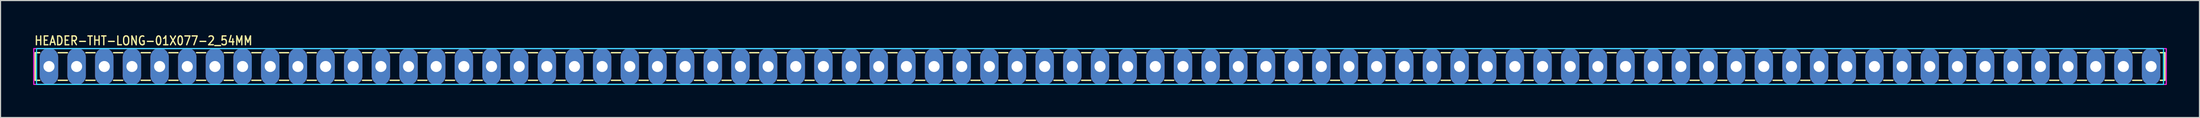
<source format=kicad_pcb>
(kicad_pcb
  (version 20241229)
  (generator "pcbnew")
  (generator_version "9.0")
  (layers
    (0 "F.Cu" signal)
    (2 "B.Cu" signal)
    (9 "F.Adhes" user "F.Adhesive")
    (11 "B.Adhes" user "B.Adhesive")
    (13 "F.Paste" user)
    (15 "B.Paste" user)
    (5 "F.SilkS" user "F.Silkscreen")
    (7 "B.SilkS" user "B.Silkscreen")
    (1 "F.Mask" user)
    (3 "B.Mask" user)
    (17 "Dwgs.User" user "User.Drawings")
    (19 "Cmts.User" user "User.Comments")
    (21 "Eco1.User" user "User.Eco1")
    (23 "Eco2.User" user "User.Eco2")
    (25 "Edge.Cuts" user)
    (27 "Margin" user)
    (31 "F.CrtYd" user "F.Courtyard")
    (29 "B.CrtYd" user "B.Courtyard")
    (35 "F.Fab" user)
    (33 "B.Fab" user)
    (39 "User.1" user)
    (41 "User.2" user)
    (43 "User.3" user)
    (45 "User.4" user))
  (footprint "HEADER-THT-LONG-01X077-2_54MM"
    (layer "F.Cu")
    (at 1.447 3.079)
    (property "Reference" "HEADER-THT-LONG-01X077-2_54MM" (at -1.4 -1.9 0) (unlocked yes) (layer "F.SilkS") (effects (font (size 0.813 0.695) (thickness 0.122)) (justify left bottom)))
    (fp_line (start -1.27 -1.27) (end -1.27 1.27) (stroke (width 0.127) (type solid)) (layer "F.SilkS"))
    (fp_line (start -1.27 1.27) (end -0.85 1.27) (stroke (width 0.127) (type solid)) (layer "F.SilkS"))
    (fp_line (start -0.85 -1.27) (end -1.27 -1.27) (stroke (width 0.127) (type solid)) (layer "F.SilkS"))
    (fp_line (start 0.85 -1.27) (end 1.69 -1.27) (stroke (width 0.127) (type solid)) (layer "F.SilkS"))
    (fp_line (start 0.85 1.27) (end 1.69 1.27) (stroke (width 0.127) (type solid)) (layer "F.SilkS"))
    (fp_line (start 3.39 -1.27) (end 4.23 -1.27) (stroke (width 0.127) (type solid)) (layer "F.SilkS"))
    (fp_line (start 3.39 1.27) (end 4.23 1.27) (stroke (width 0.127) (type solid)) (layer "F.SilkS"))
    (fp_line (start 5.93 -1.27) (end 6.77 -1.27) (stroke (width 0.127) (type solid)) (layer "F.SilkS"))
    (fp_line (start 5.93 1.27) (end 6.77 1.27) (stroke (width 0.127) (type solid)) (layer "F.SilkS"))
    (fp_line (start 8.47 -1.27) (end 9.31 -1.27) (stroke (width 0.127) (type solid)) (layer "F.SilkS"))
    (fp_line (start 8.47 1.27) (end 9.31 1.27) (stroke (width 0.127) (type solid)) (layer "F.SilkS"))
    (fp_line (start 11.01 -1.27) (end 11.85 -1.27) (stroke (width 0.127) (type solid)) (layer "F.SilkS"))
    (fp_line (start 11.01 1.27) (end 11.85 1.27) (stroke (width 0.127) (type solid)) (layer "F.SilkS"))
    (fp_line (start 13.55 -1.27) (end 14.39 -1.27) (stroke (width 0.127) (type solid)) (layer "F.SilkS"))
    (fp_line (start 13.55 1.27) (end 14.39 1.27) (stroke (width 0.127) (type solid)) (layer "F.SilkS"))
    (fp_line (start 16.09 -1.27) (end 16.93 -1.27) (stroke (width 0.127) (type solid)) (layer "F.SilkS"))
    (fp_line (start 16.09 1.27) (end 16.93 1.27) (stroke (width 0.127) (type solid)) (layer "F.SilkS"))
    (fp_line (start 18.63 -1.27) (end 19.47 -1.27) (stroke (width 0.127) (type solid)) (layer "F.SilkS"))
    (fp_line (start 18.63 1.27) (end 19.47 1.27) (stroke (width 0.127) (type solid)) (layer "F.SilkS"))
    (fp_line (start 21.17 -1.27) (end 22.01 -1.27) (stroke (width 0.127) (type solid)) (layer "F.SilkS"))
    (fp_line (start 21.17 1.27) (end 22.01 1.27) (stroke (width 0.127) (type solid)) (layer "F.SilkS"))
    (fp_line (start 23.71 -1.27) (end 24.55 -1.27) (stroke (width 0.127) (type solid)) (layer "F.SilkS"))
    (fp_line (start 23.71 1.27) (end 24.55 1.27) (stroke (width 0.127) (type solid)) (layer "F.SilkS"))
    (fp_line (start 26.25 -1.27) (end 27.09 -1.27) (stroke (width 0.127) (type solid)) (layer "F.SilkS"))
    (fp_line (start 26.25 1.27) (end 27.09 1.27) (stroke (width 0.127) (type solid)) (layer "F.SilkS"))
    (fp_line (start 28.79 -1.27) (end 29.63 -1.27) (stroke (width 0.127) (type solid)) (layer "F.SilkS"))
    (fp_line (start 28.79 1.27) (end 29.63 1.27) (stroke (width 0.127) (type solid)) (layer "F.SilkS"))
    (fp_line (start 31.33 -1.27) (end 32.17 -1.27) (stroke (width 0.127) (type solid)) (layer "F.SilkS"))
    (fp_line (start 31.33 1.27) (end 32.17 1.27) (stroke (width 0.127) (type solid)) (layer "F.SilkS"))
    (fp_line (start 33.87 -1.27) (end 34.71 -1.27) (stroke (width 0.127) (type solid)) (layer "F.SilkS"))
    (fp_line (start 33.87 1.27) (end 34.71 1.27) (stroke (width 0.127) (type solid)) (layer "F.SilkS"))
    (fp_line (start 36.41 -1.27) (end 37.25 -1.27) (stroke (width 0.127) (type solid)) (layer "F.SilkS"))
    (fp_line (start 36.41 1.27) (end 37.25 1.27) (stroke (width 0.127) (type solid)) (layer "F.SilkS"))
    (fp_line (start 38.95 -1.27) (end 39.79 -1.27) (stroke (width 0.127) (type solid)) (layer "F.SilkS"))
    (fp_line (start 38.95 1.27) (end 39.79 1.27) (stroke (width 0.127) (type solid)) (layer "F.SilkS"))
    (fp_line (start 41.49 -1.27) (end 42.33 -1.27) (stroke (width 0.127) (type solid)) (layer "F.SilkS"))
    (fp_line (start 41.49 1.27) (end 42.33 1.27) (stroke (width 0.127) (type solid)) (layer "F.SilkS"))
    (fp_line (start 44.03 -1.27) (end 44.87 -1.27) (stroke (width 0.127) (type solid)) (layer "F.SilkS"))
    (fp_line (start 44.03 1.27) (end 44.87 1.27) (stroke (width 0.127) (type solid)) (layer "F.SilkS"))
    (fp_line (start 46.57 -1.27) (end 47.41 -1.27) (stroke (width 0.127) (type solid)) (layer "F.SilkS"))
    (fp_line (start 46.57 1.27) (end 47.41 1.27) (stroke (width 0.127) (type solid)) (layer "F.SilkS"))
    (fp_line (start 49.11 -1.27) (end 49.95 -1.27) (stroke (width 0.127) (type solid)) (layer "F.SilkS"))
    (fp_line (start 49.11 1.27) (end 49.95 1.27) (stroke (width 0.127) (type solid)) (layer "F.SilkS"))
    (fp_line (start 51.65 -1.27) (end 52.49 -1.27) (stroke (width 0.127) (type solid)) (layer "F.SilkS"))
    (fp_line (start 51.65 1.27) (end 52.49 1.27) (stroke (width 0.127) (type solid)) (layer "F.SilkS"))
    (fp_line (start 54.19 -1.27) (end 55.03 -1.27) (stroke (width 0.127) (type solid)) (layer "F.SilkS"))
    (fp_line (start 54.19 1.27) (end 55.03 1.27) (stroke (width 0.127) (type solid)) (layer "F.SilkS"))
    (fp_line (start 56.73 -1.27) (end 57.57 -1.27) (stroke (width 0.127) (type solid)) (layer "F.SilkS"))
    (fp_line (start 56.73 1.27) (end 57.57 1.27) (stroke (width 0.127) (type solid)) (layer "F.SilkS"))
    (fp_line (start 59.27 -1.27) (end 60.11 -1.27) (stroke (width 0.127) (type solid)) (layer "F.SilkS"))
    (fp_line (start 59.27 1.27) (end 60.11 1.27) (stroke (width 0.127) (type solid)) (layer "F.SilkS"))
    (fp_line (start 61.81 -1.27) (end 62.65 -1.27) (stroke (width 0.127) (type solid)) (layer "F.SilkS"))
    (fp_line (start 61.81 1.27) (end 62.65 1.27) (stroke (width 0.127) (type solid)) (layer "F.SilkS"))
    (fp_line (start 64.35 -1.27) (end 65.19 -1.27) (stroke (width 0.127) (type solid)) (layer "F.SilkS"))
    (fp_line (start 64.35 1.27) (end 65.19 1.27) (stroke (width 0.127) (type solid)) (layer "F.SilkS"))
    (fp_line (start 66.89 -1.27) (end 67.73 -1.27) (stroke (width 0.127) (type solid)) (layer "F.SilkS"))
    (fp_line (start 66.89 1.27) (end 67.73 1.27) (stroke (width 0.127) (type solid)) (layer "F.SilkS"))
    (fp_line (start 69.43 -1.27) (end 70.27 -1.27) (stroke (width 0.127) (type solid)) (layer "F.SilkS"))
    (fp_line (start 69.43 1.27) (end 70.27 1.27) (stroke (width 0.127) (type solid)) (layer "F.SilkS"))
    (fp_line (start 71.97 -1.27) (end 72.81 -1.27) (stroke (width 0.127) (type solid)) (layer "F.SilkS"))
    (fp_line (start 71.97 1.27) (end 72.81 1.27) (stroke (width 0.127) (type solid)) (layer "F.SilkS"))
    (fp_line (start 74.51 -1.27) (end 75.35 -1.27) (stroke (width 0.127) (type solid)) (layer "F.SilkS"))
    (fp_line (start 74.51 1.27) (end 75.35 1.27) (stroke (width 0.127) (type solid)) (layer "F.SilkS"))
    (fp_line (start 77.05 -1.27) (end 77.89 -1.27) (stroke (width 0.127) (type solid)) (layer "F.SilkS"))
    (fp_line (start 77.05 1.27) (end 77.89 1.27) (stroke (width 0.127) (type solid)) (layer "F.SilkS"))
    (fp_line (start 79.59 -1.27) (end 80.43 -1.27) (stroke (width 0.127) (type solid)) (layer "F.SilkS"))
    (fp_line (start 79.59 1.27) (end 80.43 1.27) (stroke (width 0.127) (type solid)) (layer "F.SilkS"))
    (fp_line (start 82.13 -1.27) (end 82.97 -1.27) (stroke (width 0.127) (type solid)) (layer "F.SilkS"))
    (fp_line (start 82.13 1.27) (end 82.97 1.27) (stroke (width 0.127) (type solid)) (layer "F.SilkS"))
    (fp_line (start 84.67 -1.27) (end 85.51 -1.27) (stroke (width 0.127) (type solid)) (layer "F.SilkS"))
    (fp_line (start 84.67 1.27) (end 85.51 1.27) (stroke (width 0.127) (type solid)) (layer "F.SilkS"))
    (fp_line (start 87.21 -1.27) (end 88.05 -1.27) (stroke (width 0.127) (type solid)) (layer "F.SilkS"))
    (fp_line (start 87.21 1.27) (end 88.05 1.27) (stroke (width 0.127) (type solid)) (layer "F.SilkS"))
    (fp_line (start 89.75 -1.27) (end 90.59 -1.27) (stroke (width 0.127) (type solid)) (layer "F.SilkS"))
    (fp_line (start 89.75 1.27) (end 90.59 1.27) (stroke (width 0.127) (type solid)) (layer "F.SilkS"))
    (fp_line (start 92.29 -1.27) (end 93.13 -1.27) (stroke (width 0.127) (type solid)) (layer "F.SilkS"))
    (fp_line (start 92.29 1.27) (end 93.13 1.27) (stroke (width 0.127) (type solid)) (layer "F.SilkS"))
    (fp_line (start 94.83 -1.27) (end 95.67 -1.27) (stroke (width 0.127) (type solid)) (layer "F.SilkS"))
    (fp_line (start 94.83 1.27) (end 95.67 1.27) (stroke (width 0.127) (type solid)) (layer "F.SilkS"))
    (fp_line (start 97.37 -1.27) (end 98.21 -1.27) (stroke (width 0.127) (type solid)) (layer "F.SilkS"))
    (fp_line (start 97.37 1.27) (end 98.21 1.27) (stroke (width 0.127) (type solid)) (layer "F.SilkS"))
    (fp_line (start 99.91 -1.27) (end 100.75 -1.27) (stroke (width 0.127) (type solid)) (layer "F.SilkS"))
    (fp_line (start 99.91 1.27) (end 100.75 1.27) (stroke (width 0.127) (type solid)) (layer "F.SilkS"))
    (fp_line (start 102.45 -1.27) (end 103.29 -1.27) (stroke (width 0.127) (type solid)) (layer "F.SilkS"))
    (fp_line (start 102.45 1.27) (end 103.29 1.27) (stroke (width 0.127) (type solid)) (layer "F.SilkS"))
    (fp_line (start 104.99 -1.27) (end 105.83 -1.27) (stroke (width 0.127) (type solid)) (layer "F.SilkS"))
    (fp_line (start 104.99 1.27) (end 105.83 1.27) (stroke (width 0.127) (type solid)) (layer "F.SilkS"))
    (fp_line (start 107.53 -1.27) (end 108.37 -1.27) (stroke (width 0.127) (type solid)) (layer "F.SilkS"))
    (fp_line (start 107.53 1.27) (end 108.37 1.27) (stroke (width 0.127) (type solid)) (layer "F.SilkS"))
    (fp_line (start 110.07 -1.27) (end 110.91 -1.27) (stroke (width 0.127) (type solid)) (layer "F.SilkS"))
    (fp_line (start 110.07 1.27) (end 110.91 1.27) (stroke (width 0.127) (type solid)) (layer "F.SilkS"))
    (fp_line (start 112.61 -1.27) (end 113.45 -1.27) (stroke (width 0.127) (type solid)) (layer "F.SilkS"))
    (fp_line (start 112.61 1.27) (end 113.45 1.27) (stroke (width 0.127) (type solid)) (layer "F.SilkS"))
    (fp_line (start 115.15 -1.27) (end 115.99 -1.27) (stroke (width 0.127) (type solid)) (layer "F.SilkS"))
    (fp_line (start 115.15 1.27) (end 115.99 1.27) (stroke (width 0.127) (type solid)) (layer "F.SilkS"))
    (fp_line (start 117.69 -1.27) (end 118.53 -1.27) (stroke (width 0.127) (type solid)) (layer "F.SilkS"))
    (fp_line (start 117.69 1.27) (end 118.53 1.27) (stroke (width 0.127) (type solid)) (layer "F.SilkS"))
    (fp_line (start 120.23 -1.27) (end 121.07 -1.27) (stroke (width 0.127) (type solid)) (layer "F.SilkS"))
    (fp_line (start 120.23 1.27) (end 121.07 1.27) (stroke (width 0.127) (type solid)) (layer "F.SilkS"))
    (fp_line (start 122.77 -1.27) (end 123.61 -1.27) (stroke (width 0.127) (type solid)) (layer "F.SilkS"))
    (fp_line (start 122.77 1.27) (end 123.61 1.27) (stroke (width 0.127) (type solid)) (layer "F.SilkS"))
    (fp_line (start 125.31 -1.27) (end 126.15 -1.27) (stroke (width 0.127) (type solid)) (layer "F.SilkS"))
    (fp_line (start 125.31 1.27) (end 126.15 1.27) (stroke (width 0.127) (type solid)) (layer "F.SilkS"))
    (fp_line (start 127.85 -1.27) (end 128.69 -1.27) (stroke (width 0.127) (type solid)) (layer "F.SilkS"))
    (fp_line (start 127.85 1.27) (end 128.69 1.27) (stroke (width 0.127) (type solid)) (layer "F.SilkS"))
    (fp_line (start 130.39 -1.27) (end 131.23 -1.27) (stroke (width 0.127) (type solid)) (layer "F.SilkS"))
    (fp_line (start 130.39 1.27) (end 131.23 1.27) (stroke (width 0.127) (type solid)) (layer "F.SilkS"))
    (fp_line (start 132.93 -1.27) (end 133.77 -1.27) (stroke (width 0.127) (type solid)) (layer "F.SilkS"))
    (fp_line (start 132.93 1.27) (end 133.77 1.27) (stroke (width 0.127) (type solid)) (layer "F.SilkS"))
    (fp_line (start 135.47 -1.27) (end 136.31 -1.27) (stroke (width 0.127) (type solid)) (layer "F.SilkS"))
    (fp_line (start 135.47 1.27) (end 136.31 1.27) (stroke (width 0.127) (type solid)) (layer "F.SilkS"))
    (fp_line (start 138.01 -1.27) (end 138.85 -1.27) (stroke (width 0.127) (type solid)) (layer "F.SilkS"))
    (fp_line (start 138.01 1.27) (end 138.85 1.27) (stroke (width 0.127) (type solid)) (layer "F.SilkS"))
    (fp_line (start 140.55 -1.27) (end 141.39 -1.27) (stroke (width 0.127) (type solid)) (layer "F.SilkS"))
    (fp_line (start 140.55 1.27) (end 141.39 1.27) (stroke (width 0.127) (type solid)) (layer "F.SilkS"))
    (fp_line (start 143.09 -1.27) (end 143.93 -1.27) (stroke (width 0.127) (type solid)) (layer "F.SilkS"))
    (fp_line (start 143.09 1.27) (end 143.93 1.27) (stroke (width 0.127) (type solid)) (layer "F.SilkS"))
    (fp_line (start 145.63 -1.27) (end 146.47 -1.27) (stroke (width 0.127) (type solid)) (layer "F.SilkS"))
    (fp_line (start 145.63 1.27) (end 146.47 1.27) (stroke (width 0.127) (type solid)) (layer "F.SilkS"))
    (fp_line (start 148.17 -1.27) (end 149.01 -1.27) (stroke (width 0.127) (type solid)) (layer "F.SilkS"))
    (fp_line (start 148.17 1.27) (end 149.01 1.27) (stroke (width 0.127) (type solid)) (layer "F.SilkS"))
    (fp_line (start 150.71 -1.27) (end 151.55 -1.27) (stroke (width 0.127) (type solid)) (layer "F.SilkS"))
    (fp_line (start 150.71 1.27) (end 151.55 1.27) (stroke (width 0.127) (type solid)) (layer "F.SilkS"))
    (fp_line (start 153.25 -1.27) (end 154.09 -1.27) (stroke (width 0.127) (type solid)) (layer "F.SilkS"))
    (fp_line (start 153.25 1.27) (end 154.09 1.27) (stroke (width 0.127) (type solid)) (layer "F.SilkS"))
    (fp_line (start 155.79 -1.27) (end 156.63 -1.27) (stroke (width 0.127) (type solid)) (layer "F.SilkS"))
    (fp_line (start 155.79 1.27) (end 156.63 1.27) (stroke (width 0.127) (type solid)) (layer "F.SilkS"))
    (fp_line (start 158.33 -1.27) (end 159.17 -1.27) (stroke (width 0.127) (type solid)) (layer "F.SilkS"))
    (fp_line (start 158.33 1.27) (end 159.17 1.27) (stroke (width 0.127) (type solid)) (layer "F.SilkS"))
    (fp_line (start 160.87 -1.27) (end 161.71 -1.27) (stroke (width 0.127) (type solid)) (layer "F.SilkS"))
    (fp_line (start 160.87 1.27) (end 161.71 1.27) (stroke (width 0.127) (type solid)) (layer "F.SilkS"))
    (fp_line (start 163.41 -1.27) (end 164.25 -1.27) (stroke (width 0.127) (type solid)) (layer "F.SilkS"))
    (fp_line (start 163.41 1.27) (end 164.25 1.27) (stroke (width 0.127) (type solid)) (layer "F.SilkS"))
    (fp_line (start 165.95 -1.27) (end 166.79 -1.27) (stroke (width 0.127) (type solid)) (layer "F.SilkS"))
    (fp_line (start 165.95 1.27) (end 166.79 1.27) (stroke (width 0.127) (type solid)) (layer "F.SilkS"))
    (fp_line (start 168.49 -1.27) (end 169.33 -1.27) (stroke (width 0.127) (type solid)) (layer "F.SilkS"))
    (fp_line (start 168.49 1.27) (end 169.33 1.27) (stroke (width 0.127) (type solid)) (layer "F.SilkS"))
    (fp_line (start 171.03 -1.27) (end 171.87 -1.27) (stroke (width 0.127) (type solid)) (layer "F.SilkS"))
    (fp_line (start 171.03 1.27) (end 171.87 1.27) (stroke (width 0.127) (type solid)) (layer "F.SilkS"))
    (fp_line (start 173.57 -1.27) (end 174.41 -1.27) (stroke (width 0.127) (type solid)) (layer "F.SilkS"))
    (fp_line (start 173.57 1.27) (end 174.41 1.27) (stroke (width 0.127) (type solid)) (layer "F.SilkS"))
    (fp_line (start 176.11 -1.27) (end 176.95 -1.27) (stroke (width 0.127) (type solid)) (layer "F.SilkS"))
    (fp_line (start 176.11 1.27) (end 176.95 1.27) (stroke (width 0.127) (type solid)) (layer "F.SilkS"))
    (fp_line (start 178.65 -1.27) (end 179.49 -1.27) (stroke (width 0.127) (type solid)) (layer "F.SilkS"))
    (fp_line (start 178.65 1.27) (end 179.49 1.27) (stroke (width 0.127) (type solid)) (layer "F.SilkS"))
    (fp_line (start 181.19 -1.27) (end 182.03 -1.27) (stroke (width 0.127) (type solid)) (layer "F.SilkS"))
    (fp_line (start 181.19 1.27) (end 182.03 1.27) (stroke (width 0.127) (type solid)) (layer "F.SilkS"))
    (fp_line (start 183.73 -1.27) (end 184.57 -1.27) (stroke (width 0.127) (type solid)) (layer "F.SilkS"))
    (fp_line (start 183.73 1.27) (end 184.57 1.27) (stroke (width 0.127) (type solid)) (layer "F.SilkS"))
    (fp_line (start 186.27 -1.27) (end 187.11 -1.27) (stroke (width 0.127) (type solid)) (layer "F.SilkS"))
    (fp_line (start 186.27 1.27) (end 187.11 1.27) (stroke (width 0.127) (type solid)) (layer "F.SilkS"))
    (fp_line (start 188.81 -1.27) (end 189.65 -1.27) (stroke (width 0.127) (type solid)) (layer "F.SilkS"))
    (fp_line (start 188.81 1.27) (end 189.65 1.27) (stroke (width 0.127) (type solid)) (layer "F.SilkS"))
    (fp_line (start 191.35 -1.27) (end 192.19 -1.27) (stroke (width 0.127) (type solid)) (layer "F.SilkS"))
    (fp_line (start 191.35 1.27) (end 192.19 1.27) (stroke (width 0.127) (type solid)) (layer "F.SilkS"))
    (fp_line (start 193.89 -1.27) (end 194.31 -1.27) (stroke (width 0.127) (type solid)) (layer "F.SilkS"))
    (fp_line (start 194.31 -1.27) (end 194.31 1.27) (stroke (width 0.127) (type solid)) (layer "F.SilkS"))
    (fp_line (start 194.31 1.27) (end 193.89 1.27) (stroke (width 0.127) (type solid)) (layer "F.SilkS"))
    (fp_poly (pts (xy -1.143 -1.651) (xy 194.183 -1.651) (xy 194.183 1.651) (xy -1.143 1.651)) (stroke (width 0.1) (type solid)) (fill no) (layer "B.CrtYd"))
    (fp_poly (pts (xy -1.397 -1.651) (xy 194.437 -1.651) (xy 194.437 1.651) (xy -1.397 1.651)) (stroke (width 0.1) (type solid)) (fill no) (layer "F.CrtYd"))
    (pad "P$1" thru_hole oval (at 0 0 90) (size 3.387 1.693) (drill 1.016) (layers "*.Cu" "*.Mask"))
    (pad "P$2" thru_hole oval (at 2.54 0 90) (size 3.387 1.693) (drill 1.016) (layers "*.Cu" "*.Mask"))
    (pad "P$3" thru_hole oval (at 5.08 0 90) (size 3.387 1.693) (drill 1.016) (layers "*.Cu" "*.Mask"))
    (pad "P$4" thru_hole oval (at 7.62 0 90) (size 3.387 1.693) (drill 1.016) (layers "*.Cu" "*.Mask"))
    (pad "P$5" thru_hole oval (at 10.16 0 90) (size 3.387 1.693) (drill 1.016) (layers "*.Cu" "*.Mask"))
    (pad "P$6" thru_hole oval (at 12.7 0 90) (size 3.387 1.693) (drill 1.016) (layers "*.Cu" "*.Mask"))
    (pad "P$7" thru_hole oval (at 15.24 0 90) (size 3.387 1.693) (drill 1.016) (layers "*.Cu" "*.Mask"))
    (pad "P$8" thru_hole oval (at 17.78 0 90) (size 3.387 1.693) (drill 1.016) (layers "*.Cu" "*.Mask"))
    (pad "P$9" thru_hole oval (at 20.32 0 90) (size 3.387 1.693) (drill 1.016) (layers "*.Cu" "*.Mask"))
    (pad "P$10" thru_hole oval (at 22.86 0 90) (size 3.387 1.693) (drill 1.016) (layers "*.Cu" "*.Mask"))
    (pad "P$11" thru_hole oval (at 25.4 0 90) (size 3.387 1.693) (drill 1.016) (layers "*.Cu" "*.Mask"))
    (pad "P$12" thru_hole oval (at 27.94 0 90) (size 3.387 1.693) (drill 1.016) (layers "*.Cu" "*.Mask"))
    (pad "P$13" thru_hole oval (at 30.48 0 90) (size 3.387 1.693) (drill 1.016) (layers "*.Cu" "*.Mask"))
    (pad "P$14" thru_hole oval (at 33.02 0 90) (size 3.387 1.693) (drill 1.016) (layers "*.Cu" "*.Mask"))
    (pad "P$15" thru_hole oval (at 35.56 0 90) (size 3.387 1.693) (drill 1.016) (layers "*.Cu" "*.Mask"))
    (pad "P$16" thru_hole oval (at 38.1 0 90) (size 3.387 1.693) (drill 1.016) (layers "*.Cu" "*.Mask"))
    (pad "P$17" thru_hole oval (at 40.64 0 90) (size 3.387 1.693) (drill 1.016) (layers "*.Cu" "*.Mask"))
    (pad "P$18" thru_hole oval (at 43.18 0 90) (size 3.387 1.693) (drill 1.016) (layers "*.Cu" "*.Mask"))
    (pad "P$19" thru_hole oval (at 45.72 0 90) (size 3.387 1.693) (drill 1.016) (layers "*.Cu" "*.Mask"))
    (pad "P$20" thru_hole oval (at 48.26 0 90) (size 3.387 1.693) (drill 1.016) (layers "*.Cu" "*.Mask"))
    (pad "P$21" thru_hole oval (at 50.8 0 90) (size 3.387 1.693) (drill 1.016) (layers "*.Cu" "*.Mask"))
    (pad "P$22" thru_hole oval (at 53.34 0 90) (size 3.387 1.693) (drill 1.016) (layers "*.Cu" "*.Mask"))
    (pad "P$23" thru_hole oval (at 55.88 0 90) (size 3.387 1.693) (drill 1.016) (layers "*.Cu" "*.Mask"))
    (pad "P$24" thru_hole oval (at 58.42 0 90) (size 3.387 1.693) (drill 1.016) (layers "*.Cu" "*.Mask"))
    (pad "P$25" thru_hole oval (at 60.96 0 90) (size 3.387 1.693) (drill 1.016) (layers "*.Cu" "*.Mask"))
    (pad "P$26" thru_hole oval (at 63.5 0 90) (size 3.387 1.693) (drill 1.016) (layers "*.Cu" "*.Mask"))
    (pad "P$27" thru_hole oval (at 66.04 0 90) (size 3.387 1.693) (drill 1.016) (layers "*.Cu" "*.Mask"))
    (pad "P$28" thru_hole oval (at 68.58 0 90) (size 3.387 1.693) (drill 1.016) (layers "*.Cu" "*.Mask"))
    (pad "P$29" thru_hole oval (at 71.12 0 90) (size 3.387 1.693) (drill 1.016) (layers "*.Cu" "*.Mask"))
    (pad "P$30" thru_hole oval (at 73.66 0 90) (size 3.387 1.693) (drill 1.016) (layers "*.Cu" "*.Mask"))
    (pad "P$31" thru_hole oval (at 76.2 0 90) (size 3.387 1.693) (drill 1.016) (layers "*.Cu" "*.Mask"))
    (pad "P$32" thru_hole oval (at 78.74 0 90) (size 3.387 1.693) (drill 1.016) (layers "*.Cu" "*.Mask"))
    (pad "P$33" thru_hole oval (at 81.28 0 90) (size 3.387 1.693) (drill 1.016) (layers "*.Cu" "*.Mask"))
    (pad "P$34" thru_hole oval (at 83.82 0 90) (size 3.387 1.693) (drill 1.016) (layers "*.Cu" "*.Mask"))
    (pad "P$35" thru_hole oval (at 86.36 0 90) (size 3.387 1.693) (drill 1.016) (layers "*.Cu" "*.Mask"))
    (pad "P$36" thru_hole oval (at 88.9 0 90) (size 3.387 1.693) (drill 1.016) (layers "*.Cu" "*.Mask"))
    (pad "P$37" thru_hole oval (at 91.44 0 90) (size 3.387 1.693) (drill 1.016) (layers "*.Cu" "*.Mask"))
    (pad "P$38" thru_hole oval (at 93.98 0 90) (size 3.387 1.693) (drill 1.016) (layers "*.Cu" "*.Mask"))
    (pad "P$39" thru_hole oval (at 96.52 0 90) (size 3.387 1.693) (drill 1.016) (layers "*.Cu" "*.Mask"))
    (pad "P$40" thru_hole oval (at 99.06 0 90) (size 3.387 1.693) (drill 1.016) (layers "*.Cu" "*.Mask"))
    (pad "P$41" thru_hole oval (at 101.6 0 90) (size 3.387 1.693) (drill 1.016) (layers "*.Cu" "*.Mask"))
    (pad "P$42" thru_hole oval (at 104.14 0 90) (size 3.387 1.693) (drill 1.016) (layers "*.Cu" "*.Mask"))
    (pad "P$43" thru_hole oval (at 106.68 0 90) (size 3.387 1.693) (drill 1.016) (layers "*.Cu" "*.Mask"))
    (pad "P$44" thru_hole oval (at 109.22 0 90) (size 3.387 1.693) (drill 1.016) (layers "*.Cu" "*.Mask"))
    (pad "P$45" thru_hole oval (at 111.76 0 90) (size 3.387 1.693) (drill 1.016) (layers "*.Cu" "*.Mask"))
    (pad "P$46" thru_hole oval (at 114.3 0 90) (size 3.387 1.693) (drill 1.016) (layers "*.Cu" "*.Mask"))
    (pad "P$47" thru_hole oval (at 116.84 0 90) (size 3.387 1.693) (drill 1.016) (layers "*.Cu" "*.Mask"))
    (pad "P$48" thru_hole oval (at 119.38 0 90) (size 3.387 1.693) (drill 1.016) (layers "*.Cu" "*.Mask"))
    (pad "P$49" thru_hole oval (at 121.92 0 90) (size 3.387 1.693) (drill 1.016) (layers "*.Cu" "*.Mask"))
    (pad "P$50" thru_hole oval (at 124.46 0 90) (size 3.387 1.693) (drill 1.016) (layers "*.Cu" "*.Mask"))
    (pad "P$51" thru_hole oval (at 127 0 90) (size 3.387 1.693) (drill 1.016) (layers "*.Cu" "*.Mask"))
    (pad "P$52" thru_hole oval (at 129.54 0 90) (size 3.387 1.693) (drill 1.016) (layers "*.Cu" "*.Mask"))
    (pad "P$53" thru_hole oval (at 132.08 0 90) (size 3.387 1.693) (drill 1.016) (layers "*.Cu" "*.Mask"))
    (pad "P$54" thru_hole oval (at 134.62 0 90) (size 3.387 1.693) (drill 1.016) (layers "*.Cu" "*.Mask"))
    (pad "P$55" thru_hole oval (at 137.16 0 90) (size 3.387 1.693) (drill 1.016) (layers "*.Cu" "*.Mask"))
    (pad "P$56" thru_hole oval (at 139.7 0 90) (size 3.387 1.693) (drill 1.016) (layers "*.Cu" "*.Mask"))
    (pad "P$57" thru_hole oval (at 142.24 0 90) (size 3.387 1.693) (drill 1.016) (layers "*.Cu" "*.Mask"))
    (pad "P$58" thru_hole oval (at 144.78 0 90) (size 3.387 1.693) (drill 1.016) (layers "*.Cu" "*.Mask"))
    (pad "P$59" thru_hole oval (at 147.32 0 90) (size 3.387 1.693) (drill 1.016) (layers "*.Cu" "*.Mask"))
    (pad "P$60" thru_hole oval (at 149.86 0 90) (size 3.387 1.693) (drill 1.016) (layers "*.Cu" "*.Mask"))
    (pad "P$61" thru_hole oval (at 152.4 0 90) (size 3.387 1.693) (drill 1.016) (layers "*.Cu" "*.Mask"))
    (pad "P$62" thru_hole oval (at 154.94 0 90) (size 3.387 1.693) (drill 1.016) (layers "*.Cu" "*.Mask"))
    (pad "P$63" thru_hole oval (at 157.48 0 90) (size 3.387 1.693) (drill 1.016) (layers "*.Cu" "*.Mask"))
    (pad "P$64" thru_hole oval (at 160.02 0 90) (size 3.387 1.693) (drill 1.016) (layers "*.Cu" "*.Mask"))
    (pad "P$65" thru_hole oval (at 162.56 0 90) (size 3.387 1.693) (drill 1.016) (layers "*.Cu" "*.Mask"))
    (pad "P$66" thru_hole oval (at 165.1 0 90) (size 3.387 1.693) (drill 1.016) (layers "*.Cu" "*.Mask"))
    (pad "P$67" thru_hole oval (at 167.64 0 90) (size 3.387 1.693) (drill 1.016) (layers "*.Cu" "*.Mask"))
    (pad "P$68" thru_hole oval (at 170.18 0 90) (size 3.387 1.693) (drill 1.016) (layers "*.Cu" "*.Mask"))
    (pad "P$69" thru_hole oval (at 172.72 0 90) (size 3.387 1.693) (drill 1.016) (layers "*.Cu" "*.Mask"))
    (pad "P$70" thru_hole oval (at 175.26 0 90) (size 3.387 1.693) (drill 1.016) (layers "*.Cu" "*.Mask"))
    (pad "P$71" thru_hole oval (at 177.8 0 90) (size 3.387 1.693) (drill 1.016) (layers "*.Cu" "*.Mask"))
    (pad "P$72" thru_hole oval (at 180.34 0 90) (size 3.387 1.693) (drill 1.016) (layers "*.Cu" "*.Mask"))
    (pad "P$73" thru_hole oval (at 182.88 0 90) (size 3.387 1.693) (drill 1.016) (layers "*.Cu" "*.Mask"))
    (pad "P$74" thru_hole oval (at 185.42 0 90) (size 3.387 1.693) (drill 1.016) (layers "*.Cu" "*.Mask"))
    (pad "P$75" thru_hole oval (at 187.96 0 90) (size 3.387 1.693) (drill 1.016) (layers "*.Cu" "*.Mask"))
    (pad "P$76" thru_hole oval (at 190.5 0 90) (size 3.387 1.693) (drill 1.016) (layers "*.Cu" "*.Mask"))
    (pad "P$77" thru_hole oval (at 193.04 0 90) (size 3.387 1.693) (drill 1.016) (layers "*.Cu" "*.Mask")))
  (gr_rect
    (start -3 -3)
    (end 198.934 7.78)
    (stroke (width 0.1) (type default))
    (fill no)
    (layer "Edge.Cuts")))
</source>
